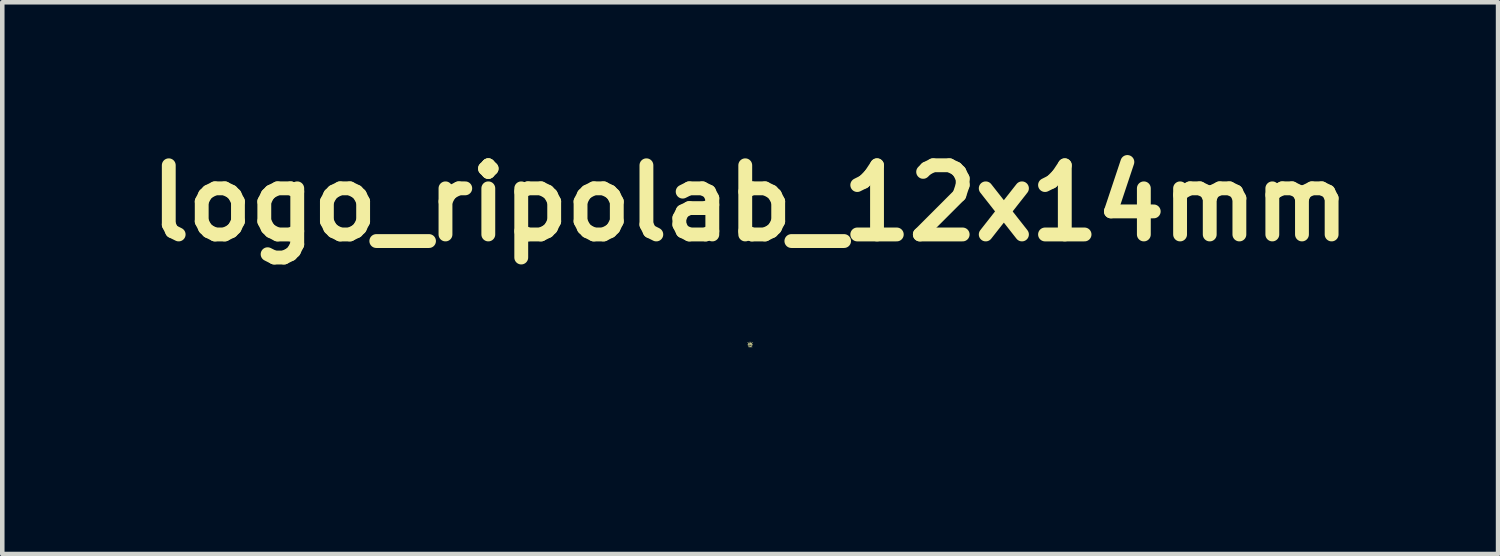
<source format=kicad_pcb>
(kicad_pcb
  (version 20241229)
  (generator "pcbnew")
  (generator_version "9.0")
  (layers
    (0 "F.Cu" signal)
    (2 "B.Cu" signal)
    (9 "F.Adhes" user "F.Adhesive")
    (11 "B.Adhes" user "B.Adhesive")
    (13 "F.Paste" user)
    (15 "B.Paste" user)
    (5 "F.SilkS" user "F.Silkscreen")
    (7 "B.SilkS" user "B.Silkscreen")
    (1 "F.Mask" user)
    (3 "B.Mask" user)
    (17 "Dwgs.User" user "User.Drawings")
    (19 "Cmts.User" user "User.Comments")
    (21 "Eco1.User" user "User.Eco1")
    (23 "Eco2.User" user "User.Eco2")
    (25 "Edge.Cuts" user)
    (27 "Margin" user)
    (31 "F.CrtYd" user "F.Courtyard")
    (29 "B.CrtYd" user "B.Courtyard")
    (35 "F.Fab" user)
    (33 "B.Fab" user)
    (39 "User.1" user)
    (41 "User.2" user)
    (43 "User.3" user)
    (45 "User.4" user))
  (footprint "logo_ripolab_12x14mm"
    (layer "F.Cu")
    (at 13.477 5.905)
    (property "Reference" "logo_ripolab_12x14mm" (at 0 -4.479 0) (layer "F.SilkS") (effects (font (size 1.524 1.524) (thickness 0.305))))
    (attr smd)
    (fp_poly (pts (xy -0.007 -1.304) (xy -0.006 -1.304) (xy -0.006 -1.302) (xy -0.007 -1.291) (xy -0.004 -1.29) (xy -0.005 -1.289) (xy -0.01 -1.29) (xy -0.007 -1.302) (xy -0.007 -1.303) (xy -0.008 -1.303) (xy -0.011 -1.303) (xy -0.011 -1.305) (xy -0.007 -1.304)) (stroke (width 0) (type solid)) (fill yes) (layer "F.SilkS"))
    (fp_poly (pts (xy 0.008 -1.299) (xy 0.007 -1.304) (xy 0.009 -1.304) (xy 0.01 -1.289) (xy 0.008 -1.289) (xy 0.008 -1.297) (xy 0.004 -1.293) (xy 0.002 -1.293) (xy 0.006 -1.297) (xy 0.001 -1.303) (xy 0.004 -1.304) (xy 0.007 -1.298) (xy 0.008 -1.299)) (stroke (width 0) (type solid)) (fill yes) (layer "F.SilkS"))
    (fp_poly (pts (xy 0.016 -1.415) (xy 0.015 -1.416) (xy 0.015 -1.417) (xy 0.018 -1.428) (xy 0.014 -1.429) (xy 0.015 -1.431) (xy 0.02 -1.43) (xy 0.017 -1.417) (xy 0.017 -1.417) (xy 0.018 -1.416) (xy 0.02 -1.416) (xy 0.02 -1.414) (xy 0.016 -1.415)) (stroke (width 0) (type solid)) (fill yes) (layer "F.SilkS"))
    (fp_poly (pts (xy 0.044 -1.311) (xy 0.04 -1.317) (xy 0.041 -1.318) (xy 0.051 -1.306) (xy 0.049 -1.305) (xy 0.045 -1.31) (xy 0.042 -1.307) (xy 0.046 -1.302) (xy 0.044 -1.301) (xy 0.035 -1.313) (xy 0.036 -1.314) (xy 0.041 -1.308) (xy 0.044 -1.311)) (stroke (width 0) (type solid)) (fill yes) (layer "F.SilkS"))
    (fp_poly (pts (xy -0.024 -1.426) (xy -0.016 -1.415) (xy -0.015 -1.414) (xy -0.02 -1.412) (xy -0.023 -1.42) (xy -0.026 -1.419) (xy -0.027 -1.42) (xy -0.022 -1.422) (xy -0.019 -1.414) (xy -0.016 -1.415) (xy -0.024 -1.426) (xy -0.023 -1.425) (xy -0.025 -1.424) (xy -0.026 -1.426) (xy -0.024 -1.426)) (stroke (width 0) (type solid)) (fill yes) (layer "F.SilkS"))
    (fp_poly (pts (xy 0.017 -1.305) (xy 0.02 -1.305) (xy 0.021 -1.303) (xy 0.022 -1.299) (xy 0.022 -1.296) (xy 0.019 -1.295) (xy 0.017 -1.294) (xy 0.016 -1.296) (xy 0.019 -1.296) (xy 0.02 -1.297) (xy 0.02 -1.298) (xy 0.019 -1.303) (xy 0.019 -1.304) (xy 0.017 -1.304) (xy 0.014 -1.303) (xy 0.014 -1.304) (xy 0.017 -1.305)) (stroke (width 0) (type solid)) (fill yes) (layer "F.SilkS"))
    (fp_poly (pts (xy -0.035 -1.41) (xy -0.039 -1.416) (xy -0.036 -1.412) (xy -0.034 -1.413) (xy -0.033 -1.414) (xy -0.033 -1.415) (xy -0.035 -1.417) (xy -0.036 -1.418) (xy -0.037 -1.418) (xy -0.039 -1.416) (xy -0.035 -1.41) (xy -0.031 -1.405) (xy -0.033 -1.404) (xy -0.042 -1.416) (xy -0.038 -1.419) (xy -0.035 -1.42) (xy -0.033 -1.418) (xy -0.032 -1.416) (xy -0.032 -1.413) (xy -0.025 -1.409) (xy -0.027 -1.408) (xy -0.033 -1.411) (xy -0.035 -1.41)) (stroke (width 0) (type solid)) (fill yes) (layer "F.SilkS"))
    (fp_poly (pts (xy -0.033 -1.312) (xy -0.031 -1.312) (xy -0.032 -1.311) (xy -0.034 -1.307) (xy -0.034 -1.306) (xy -0.034 -1.305) (xy -0.033 -1.305) (xy -0.032 -1.304) (xy -0.031 -1.305) (xy -0.027 -1.31) (xy -0.029 -1.312) (xy -0.031 -1.312) (xy -0.033 -1.312) (xy -0.031 -1.314) (xy -0.028 -1.313) (xy -0.025 -1.311) (xy -0.033 -1.298) (xy -0.035 -1.299) (xy -0.032 -1.303) (xy -0.034 -1.303) (xy -0.034 -1.304) (xy -0.036 -1.306) (xy -0.036 -1.309) (xy -0.033 -1.312)) (stroke (width 0) (type solid)) (fill yes) (layer "F.SilkS"))
    (fp_poly (pts (xy 0.042 -1.406) (xy 0.04 -1.406) (xy 0.041 -1.407) (xy 0.044 -1.411) (xy 0.044 -1.412) (xy 0.043 -1.413) (xy 0.042 -1.413) (xy 0.041 -1.414) (xy 0.04 -1.413) (xy 0.036 -1.408) (xy 0.039 -1.407) (xy 0.04 -1.406) (xy 0.042 -1.406) (xy 0.04 -1.404) (xy 0.037 -1.405) (xy 0.034 -1.408) (xy 0.043 -1.42) (xy 0.044 -1.419) (xy 0.042 -1.415) (xy 0.043 -1.415) (xy 0.044 -1.414) (xy 0.046 -1.412) (xy 0.045 -1.409) (xy 0.042 -1.406)) (stroke (width 0) (type solid)) (fill yes) (layer "F.SilkS"))
    (fp_poly (pts (xy -0.012 -1.426) (xy -0.012 -1.425) (xy -0.01 -1.424) (xy -0.011 -1.424) (xy -0.011 -1.423) (xy -0.01 -1.417) (xy -0.007 -1.417) (xy -0.006 -1.418) (xy -0.006 -1.419) (xy -0.007 -1.423) (xy -0.008 -1.424) (xy -0.009 -1.424) (xy -0.01 -1.424) (xy -0.012 -1.425) (xy -0.01 -1.426) (xy -0.009 -1.426) (xy -0.007 -1.426) (xy -0.005 -1.423) (xy -0.004 -1.42) (xy -0.005 -1.417) (xy -0.007 -1.415) (xy -0.01 -1.415) (xy -0.009 -1.411) (xy -0.011 -1.411) (xy -0.014 -1.425) (xy -0.012 -1.426)) (stroke (width 0) (type solid)) (fill yes) (layer "F.SilkS"))
    (fp_poly (pts (xy 0.008 -1.42) (xy 0.006 -1.418) (xy 0.006 -1.419) (xy 0.006 -1.424) (xy 0.006 -1.425) (xy 0.005 -1.426) (xy 0.004 -1.426) (xy 0.002 -1.425) (xy 0.002 -1.424) (xy 0.002 -1.419) (xy 0.002 -1.418) (xy 0.004 -1.418) (xy 0.005 -1.418) (xy 0.006 -1.418) (xy 0.008 -1.42) (xy 0.007 -1.417) (xy 0.004 -1.416) (xy 0.004 -1.416) (xy 0.001 -1.417) (xy 0.000044 -1.42) (xy 0.000101 -1.424) (xy 0.001 -1.426) (xy 0.004 -1.427) (xy 0.005 -1.427) (xy 0.007 -1.426) (xy 0.008 -1.424) (xy 0.008 -1.42)) (stroke (width 0) (type solid)) (fill yes) (layer "F.SilkS"))
    (fp_poly (pts (xy -0.021 -1.309) (xy -0.019 -1.306) (xy -0.02 -1.306) (xy -0.02 -1.305) (xy -0.021 -1.303) (xy -0.018 -1.302) (xy -0.017 -1.302) (xy -0.017 -1.303) (xy -0.016 -1.304) (xy -0.016 -1.305) (xy -0.017 -1.305) (xy -0.019 -1.306) (xy -0.021 -1.309) (xy -0.02 -1.308) (xy -0.02 -1.308) (xy -0.018 -1.308) (xy -0.017 -1.307) (xy -0.014 -1.305) (xy -0.015 -1.303) (xy -0.015 -1.303) (xy -0.019 -1.301) (xy -0.022 -1.302) (xy -0.022 -1.301) (xy -0.022 -1.3) (xy -0.021 -1.299) (xy -0.018 -1.298) (xy -0.018 -1.296) (xy -0.021 -1.297) (xy -0.024 -1.299) (xy -0.023 -1.302) (xy -0.022 -1.307) (xy -0.022 -1.307) (xy -0.022 -1.308) (xy -0.022 -1.309) (xy -0.021 -1.309)) (stroke (width 0) (type solid)) (fill yes) (layer "F.SilkS"))
    (fp_poly (pts (xy 0.025 -1.308) (xy 0.028 -1.307) (xy 0.028 -1.307) (xy 0.028 -1.306) (xy 0.029 -1.304) (xy 0.032 -1.305) (xy 0.032 -1.306) (xy 0.032 -1.307) (xy 0.032 -1.308) (xy 0.031 -1.308) (xy 0.03 -1.308) (xy 0.028 -1.307) (xy 0.025 -1.308) (xy 0.026 -1.308) (xy 0.027 -1.308) (xy 0.028 -1.309) (xy 0.029 -1.31) (xy 0.032 -1.31) (xy 0.033 -1.308) (xy 0.034 -1.308) (xy 0.032 -1.304) (xy 0.03 -1.302) (xy 0.03 -1.302) (xy 0.031 -1.301) (xy 0.032 -1.301) (xy 0.035 -1.302) (xy 0.036 -1.301) (xy 0.033 -1.3) (xy 0.03 -1.299) (xy 0.028 -1.301) (xy 0.026 -1.306) (xy 0.026 -1.306) (xy 0.025 -1.306) (xy 0.024 -1.307) (xy 0.025 -1.308)) (stroke (width 0) (type solid)) (fill yes) (layer "F.SilkS"))
    (fp_poly (pts (xy 0.03 -1.41) (xy 0.028 -1.413) (xy 0.029 -1.413) (xy 0.029 -1.413) (xy 0.03 -1.415) (xy 0.028 -1.417) (xy 0.027 -1.417) (xy 0.026 -1.416) (xy 0.026 -1.415) (xy 0.026 -1.414) (xy 0.026 -1.413) (xy 0.028 -1.413) (xy 0.03 -1.41) (xy 0.029 -1.41) (xy 0.029 -1.411) (xy 0.028 -1.411) (xy 0.026 -1.412) (xy 0.024 -1.413) (xy 0.024 -1.416) (xy 0.024 -1.416) (xy 0.029 -1.418) (xy 0.031 -1.417) (xy 0.032 -1.418) (xy 0.032 -1.419) (xy 0.031 -1.42) (xy 0.028 -1.421) (xy 0.028 -1.423) (xy 0.031 -1.421) (xy 0.033 -1.419) (xy 0.033 -1.417) (xy 0.031 -1.412) (xy 0.031 -1.411) (xy 0.032 -1.411) (xy 0.031 -1.41) (xy 0.03 -1.41)) (stroke (width 0) (type solid)) (fill yes) (layer "F.SilkS"))
    (fp_poly (pts (xy -0.057 -1.42) (xy -0.058 -1.42) (xy -0.06 -1.42) (xy -0.031 -1.385) (xy -0.03 -1.386) (xy -0.028 -1.385) (xy -0.026 -1.383) (xy -0.024 -1.384) (xy -0.023 -1.384) (xy -0.023 -1.385) (xy -0.022 -1.386) (xy -0.022 -1.388) (xy -0.022 -1.389) (xy -0.019 -1.389) (xy -0.017 -1.389) (xy -0.016 -1.387) (xy -0.016 -1.385) (xy -0.014 -1.384) (xy -0.013 -1.383) (xy -0.011 -1.385) (xy -0.009 -1.386) (xy -0.007 -1.384) (xy -0.005 -1.383) (xy -0.007 -1.381) (xy -0.008 -1.379) (xy -0.008 -1.377) (xy -0.007 -1.376) (xy -0.004 -1.375) (xy -0.002 -1.375) (xy -0.002 -1.372) (xy -0.002 -1.37) (xy -0.004 -1.37) (xy -0.006 -1.369) (xy -0.007 -1.369) (xy -0.007 -1.367) (xy -0.008 -1.366) (xy -0.008 -1.365) (xy -0.016 -1.365) (xy -0.018 -1.368) (xy -0.017 -1.368) (xy -0.016 -1.369) (xy -0.015 -1.37) (xy -0.015 -1.371) (xy -0.015 -1.372) (xy -0.015 -1.373) (xy -0.015 -1.373) (xy -0.015 -1.374) (xy -0.016 -1.375) (xy -0.016 -1.376) (xy -0.017 -1.376) (xy -0.018 -1.377) (xy -0.019 -1.377) (xy -0.021 -1.377) (xy -0.022 -1.376) (xy -0.023 -1.376) (xy -0.023 -1.375) (xy -0.024 -1.374) (xy -0.024 -1.373) (xy -0.024 -1.372) (xy -0.024 -1.371) (xy -0.023 -1.37) (xy -0.022 -1.369) (xy -0.021 -1.368) (xy -0.022 -1.367) (xy -0.022 -1.365) (xy -0.031 -1.365) (xy -0.031 -1.366) (xy -0.031 -1.367) (xy -0.032 -1.369) (xy -0.034 -1.37) (xy -0.037 -1.37) (xy -0.037 -1.372) (xy -0.037 -1.375) (xy -0.034 -1.375) (xy -0.033 -1.375) (xy -0.032 -1.376) (xy -0.031 -1.377) (xy -0.031 -1.379) (xy -0.032 -1.381) (xy -0.033 -1.382) (xy -0.033 -1.383) (xy -0.032 -1.383) (xy -0.031 -1.385) (xy -0.06 -1.42) (xy -0.061 -1.419) (xy -0.062 -1.419) (xy -0.062 -1.417) (xy -0.063 -1.416) (xy -0.063 -1.415) (xy -0.063 -1.414) (xy -0.063 -1.413) (xy -0.062 -1.411) (xy -0.061 -1.41) (xy -0.06 -1.41) (xy -0.059 -1.409) (xy -0.057 -1.409) (xy -0.056 -1.409) (xy -0.055 -1.41) (xy -0.054 -1.41) (xy -0.053 -1.409) (xy -0.047 -1.402) (xy 0.007 -1.38) (xy 0.006 -1.382) (xy 0.006 -1.382) (xy 0.006 -1.383) (xy 0.007 -1.384) (xy 0.009 -1.386) (xy 0.011 -1.384) (xy 0.013 -1.383) (xy 0.014 -1.384) (xy 0.015 -1.384) (xy 0.016 -1.385) (xy 0.016 -1.386) (xy 0.017 -1.388) (xy 0.017 -1.389) (xy 0.019 -1.389) (xy 0.022 -1.389) (xy 0.022 -1.387) (xy 0.022 -1.384) (xy 0.024 -1.384) (xy 0.026 -1.383) (xy 0.028 -1.384) (xy 0.03 -1.386) (xy 0.031 -1.384) (xy 0.033 -1.382) (xy 0.032 -1.38) (xy 0.03 -1.379) (xy 0.031 -1.377) (xy 0.032 -1.375) (xy 0.034 -1.375) (xy 0.036 -1.374) (xy 0.036 -1.372) (xy 0.036 -1.37) (xy 0.034 -1.369) (xy 0.033 -1.369) (xy 0.032 -1.369) (xy 0.031 -1.367) (xy 0.03 -1.365) (xy 0.031 -1.365) (xy 0.022 -1.365) (xy 0.021 -1.367) (xy 0.022 -1.368) (xy 0.022 -1.368) (xy 0.023 -1.37) (xy 0.024 -1.371) (xy 0.024 -1.371) (xy 0.024 -1.372) (xy 0.024 -1.373) (xy 0.023 -1.374) (xy 0.023 -1.375) (xy 0.022 -1.375) (xy 0.022 -1.376) (xy 0.02 -1.376) (xy 0.019 -1.377) (xy 0.018 -1.376) (xy 0.017 -1.376) (xy 0.016 -1.375) (xy 0.015 -1.374) (xy 0.015 -1.373) (xy 0.014 -1.372) (xy 0.014 -1.371) (xy 0.015 -1.37) (xy 0.015 -1.369) (xy 0.016 -1.369) (xy 0.017 -1.367) (xy 0.017 -1.366) (xy 0.016 -1.365) (xy 0.008 -1.365) (xy 0.008 -1.365) (xy 0.007 -1.367) (xy 0.006 -1.369) (xy 0.004 -1.369) (xy 0.002 -1.37) (xy 0.002 -1.372) (xy 0.002 -1.374) (xy 0.004 -1.375) (xy 0.006 -1.375) (xy 0.007 -1.375) (xy 0.007 -1.377) (xy 0.008 -1.379) (xy 0.007 -1.38) (xy -0.047 -1.402) (xy -0.041 -1.395) (xy -0.043 -1.393) (xy -0.045 -1.391) (xy -0.045 -1.39) (xy -0.045 -1.39) (xy -0.045 -1.389) (xy -0.044 -1.388) (xy -0.043 -1.386) (xy -0.041 -1.384) (xy -0.039 -1.38) (xy -0.04 -1.377) (xy -0.041 -1.375) (xy -0.042 -1.372) (xy -0.043 -1.37) (xy -0.047 -1.369) (xy -0.05 -1.369) (xy -0.052 -1.369) (xy -0.054 -1.368) (xy -0.054 -1.367) (xy -0.055 -1.367) (xy -0.055 -1.358) (xy -0.055 -1.35) (xy -0.04 -1.331) (xy -0.042 -1.329) (xy -0.042 -1.328) (xy -0.042 -1.327) (xy -0.041 -1.326) (xy -0.037 -1.322) (xy -0.033 -1.318) (xy -0.032 -1.317) (xy -0.031 -1.317) (xy -0.027 -1.32) (xy -0.022 -1.324) (xy -0.02 -1.323) (xy -0.018 -1.321) (xy -0.015 -1.32) (xy -0.013 -1.32) (xy -0.011 -1.319) (xy -0.01 -1.319) (xy -0.01 -1.318) (xy -0.009 -1.313) (xy -0.008 -1.309) (xy -0.008 -1.308) (xy -0.008 -1.307) (xy -0.007 -1.307) (xy -0.005 -1.307) (xy -0.000111 -1.307) (xy 0.005 -1.307) (xy 0.007 -1.307) (xy 0.007 -1.307) (xy 0.008 -1.309) (xy 0.008 -1.313) (xy 0.009 -1.319) (xy 0.012 -1.32) (xy 0.016 -1.321) (xy 0.019 -1.322) (xy 0.022 -1.324) (xy 0.026 -1.321) (xy 0.031 -1.317) (xy 0.031 -1.317) (xy 0.032 -1.317) (xy 0.037 -1.322) (xy 0.041 -1.326) (xy 0.042 -1.327) (xy 0.042 -1.328) (xy 0.041 -1.329) (xy 0.039 -1.331) (xy 0.036 -1.335) (xy 0.035 -1.337) (xy 0.036 -1.34) (xy 0.038 -1.343) (xy 0.038 -1.343) (xy 0.036 -1.343) (xy 0.031 -1.343) (xy 0.025 -1.343) (xy 0.024 -1.342) (xy 0.022 -1.34) (xy 0.021 -1.338) (xy 0.019 -1.337) (xy 0.017 -1.335) (xy 0.015 -1.334) (xy 0.013 -1.333) (xy 0.011 -1.332) (xy 0.009 -1.331) (xy 0.005 -1.33) (xy 0.002 -1.33) (xy -0.002 -1.33) (xy -0.005 -1.33) (xy -0.008 -1.331) (xy -0.011 -1.332) (xy -0.013 -1.333) (xy -0.016 -1.334) (xy -0.018 -1.336) (xy -0.02 -1.337) (xy -0.022 -1.339) (xy -0.024 -1.342) (xy -0.025 -1.343) (xy -0.032 -1.343) (xy -0.037 -1.343) (xy -0.038 -1.343) (xy -0.039 -1.343) (xy -0.037 -1.34) (xy -0.036 -1.337) (xy -0.037 -1.335) (xy -0.04 -1.331) (xy -0.055 -1.35) (xy -0.054 -1.349) (xy -0.054 -1.349) (xy -0.053 -1.349) (xy -0.051 -1.348) (xy -0.048 -1.348) (xy -0.045 -1.348) (xy -0.038 -1.347) (xy -0.001 -1.347) (xy 0.038 -1.347) (xy 0.044 -1.348) (xy 0.047 -1.348) (xy 0.051 -1.348) (xy 0.053 -1.349) (xy 0.053 -1.349) (xy 0.054 -1.349) (xy 0.054 -1.35) (xy 0.054 -1.351) (xy 0.054 -1.354) (xy 0.054 -1.359) (xy 0.054 -1.367) (xy 0.054 -1.367) (xy 0.053 -1.368) (xy 0.052 -1.368) (xy 0.05 -1.369) (xy 0.047 -1.369) (xy 0.042 -1.37) (xy 0.041 -1.372) (xy 0.04 -1.375) (xy 0.039 -1.377) (xy 0.038 -1.38) (xy 0.041 -1.384) (xy 0.043 -1.387) (xy 0.044 -1.389) (xy 0.044 -1.39) (xy 0.044 -1.391) (xy 0.043 -1.392) (xy 0.042 -1.393) (xy 0.041 -1.395) (xy 0.047 -1.401) (xy 0.053 -1.409) (xy 0.054 -1.41) (xy 0.055 -1.409) (xy 0.056 -1.409) (xy 0.057 -1.409) (xy 0.058 -1.409) (xy 0.059 -1.409) (xy 0.06 -1.409) (xy 0.061 -1.41) (xy 0.062 -1.411) (xy 0.062 -1.411) (xy 0.063 -1.412) (xy 0.063 -1.413) (xy 0.063 -1.414) (xy 0.063 -1.416) (xy 0.063 -1.417) (xy 0.062 -1.418) (xy 0.062 -1.419) (xy 0.06 -1.419) (xy 0.059 -1.42) (xy 0.058 -1.42) (xy 0.057 -1.42) (xy 0.055 -1.42) (xy 0.054 -1.419) (xy 0.053 -1.418) (xy 0.052 -1.417) (xy 0.052 -1.416) (xy 0.052 -1.415) (xy 0.052 -1.414) (xy 0.052 -1.413) (xy 0.053 -1.411) (xy 0.052 -1.411) (xy 0.051 -1.409) (xy 0.045 -1.404) (xy 0.037 -1.398) (xy 0.035 -1.4) (xy 0.033 -1.402) (xy 0.032 -1.402) (xy 0.031 -1.402) (xy 0.03 -1.402) (xy 0.03 -1.402) (xy 0.025 -1.399) (xy 0.022 -1.396) (xy 0.019 -1.397) (xy 0.016 -1.398) (xy 0.014 -1.399) (xy 0.012 -1.4) (xy 0.011 -1.401) (xy 0.01 -1.406) (xy 0.01 -1.41) (xy 0.009 -1.411) (xy 0.009 -1.411) (xy 0.008 -1.412) (xy -0.00029 -1.412) (xy -0.009 -1.412) (xy -0.01 -1.411) (xy -0.01 -1.411) (xy -0.01 -1.41) (xy -0.011 -1.406) (xy -0.012 -1.401) (xy -0.012 -1.4) (xy -0.012 -1.4) (xy -0.014 -1.399) (xy -0.017 -1.398) (xy -0.02 -1.397) (xy -0.022 -1.396) (xy -0.026 -1.399) (xy -0.029 -1.401) (xy -0.03 -1.402) (xy -0.031 -1.402) (xy -0.032 -1.402) (xy -0.033 -1.402) (xy -0.033 -1.402) (xy -0.035 -1.4) (xy -0.037 -1.398) (xy -0.045 -1.405) (xy -0.051 -1.41) (xy -0.052 -1.411) (xy -0.052 -1.412) (xy -0.052 -1.413) (xy -0.052 -1.414) (xy -0.052 -1.415) (xy -0.052 -1.416) (xy -0.052 -1.417) (xy -0.053 -1.419) (xy -0.054 -1.42) (xy -0.056 -1.42) (xy -0.057 -1.42)) (stroke (width 0) (type solid)) (fill yes) (layer "F.SilkS")))
  (gr_rect
    (start -3 -3)
    (end 29.953 9.155)
    (stroke (width 0.1) (type default))
    (fill no)
    (layer "Edge.Cuts")))
</source>
